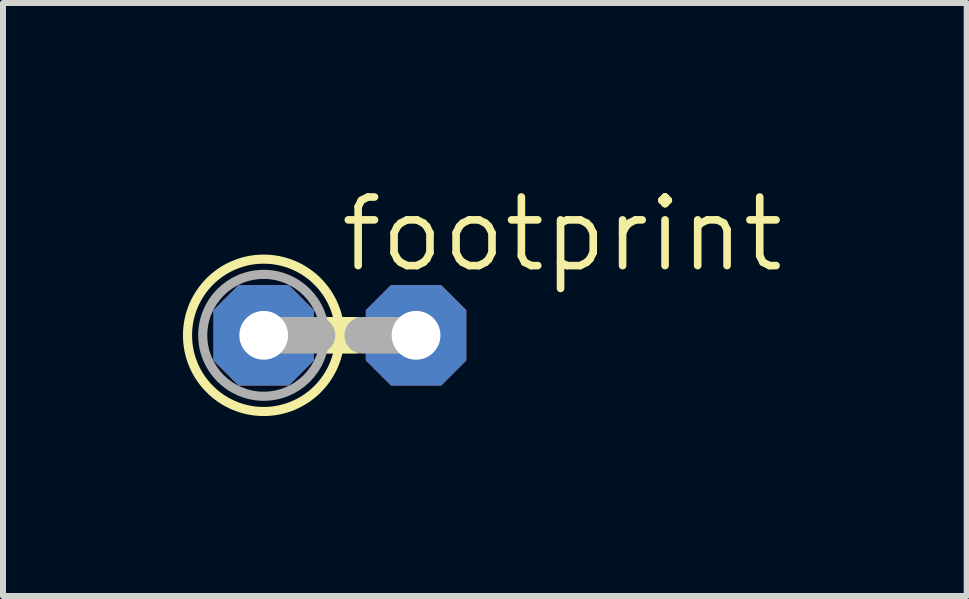
<source format=kicad_pcb>
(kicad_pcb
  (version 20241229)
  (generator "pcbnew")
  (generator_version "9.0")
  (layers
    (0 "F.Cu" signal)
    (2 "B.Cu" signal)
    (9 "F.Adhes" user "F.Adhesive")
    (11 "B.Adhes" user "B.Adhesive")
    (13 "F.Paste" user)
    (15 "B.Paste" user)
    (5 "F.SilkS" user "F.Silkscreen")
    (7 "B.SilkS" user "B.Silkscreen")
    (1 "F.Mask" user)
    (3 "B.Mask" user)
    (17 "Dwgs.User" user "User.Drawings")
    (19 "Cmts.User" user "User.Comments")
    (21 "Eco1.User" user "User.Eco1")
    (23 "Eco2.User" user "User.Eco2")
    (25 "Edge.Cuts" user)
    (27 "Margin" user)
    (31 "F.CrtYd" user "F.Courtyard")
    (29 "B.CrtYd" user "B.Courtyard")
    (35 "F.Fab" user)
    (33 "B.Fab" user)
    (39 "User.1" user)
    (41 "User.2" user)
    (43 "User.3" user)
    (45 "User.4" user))
  (footprint "footprint"
    (layer "F.Cu")
    (at 2.616 2.54)
    (property "Reference" "footprint" (at -0.051 -1.016 0) (layer "F.SilkS") (effects (font (size 1.143 1.143) (thickness 0.127)) (justify left bottom)))
    (fp_line (start -0.254 0) (end 0.254 0) (stroke (width 0.61) (type solid)) (layer "F.SilkS"))
    (fp_circle (center -1.27 0) (end 0 0) (stroke (width 0.152) (type solid)) (fill no) (layer "F.SilkS"))
    (fp_line (start -1.27 0) (end -0.381 0) (stroke (width 0.61) (type solid)) (layer "F.Fab"))
    (fp_line (start 0.381 0) (end 1.27 0) (stroke (width 0.61) (type solid)) (layer "F.Fab"))
    (fp_circle (center -1.27 0) (end -0.254 0) (stroke (width 0.152) (type solid)) (fill no) (layer "F.Fab"))
    (pad "1" thru_hole roundrect (at -1.27 0) (size 1.676 1.676) (drill 0.813) (layers "*.Cu" "*.Mask") (roundrect_rratio 0.25) (chamfer_ratio 0.25) (chamfer top_left top_right bottom_left bottom_right))
    (pad "2" thru_hole roundrect (at 1.27 0) (size 1.676 1.676) (drill 0.813) (layers "*.Cu" "*.Mask") (roundrect_rratio 0.25) (chamfer_ratio 0.25) (chamfer top_left top_right bottom_left bottom_right)))
  (gr_rect
    (start -3 -3)
    (end 13.066 6.886)
    (stroke (width 0.1) (type default))
    (fill no)
    (layer "Edge.Cuts")))
</source>
